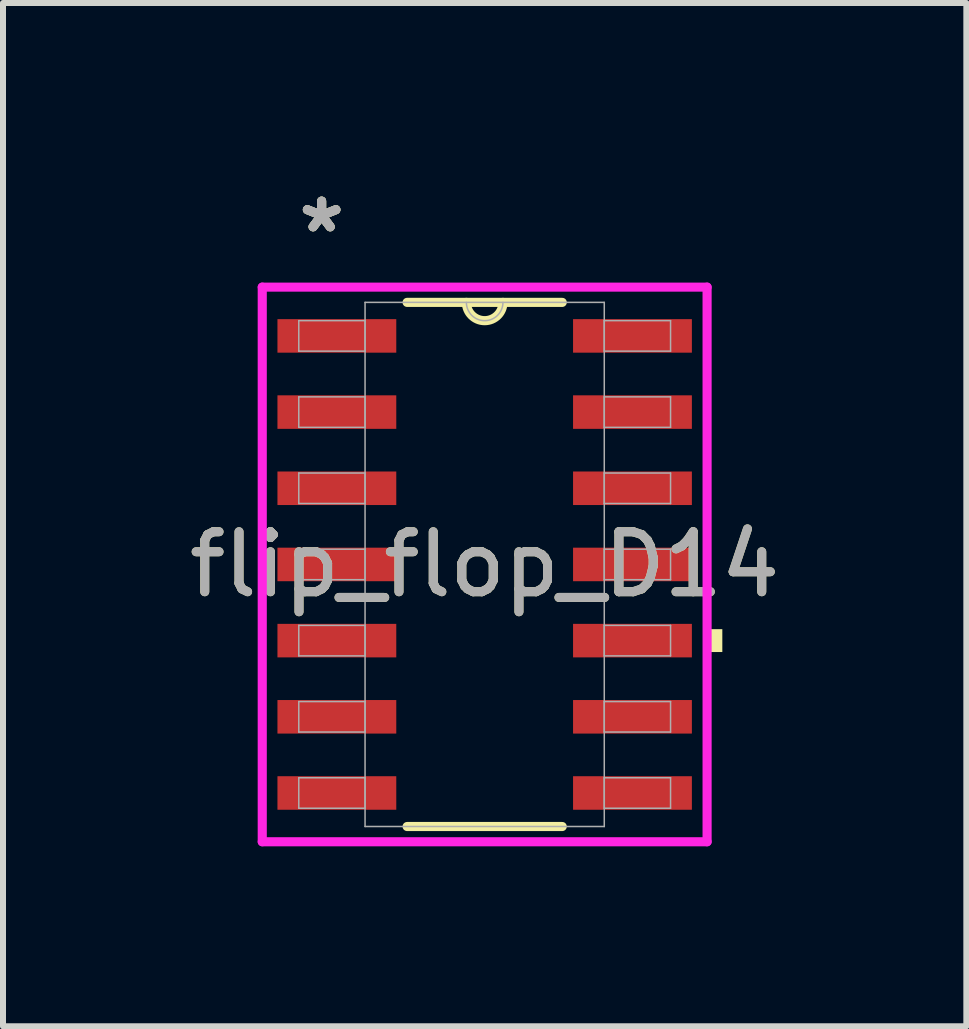
<source format=kicad_pcb>
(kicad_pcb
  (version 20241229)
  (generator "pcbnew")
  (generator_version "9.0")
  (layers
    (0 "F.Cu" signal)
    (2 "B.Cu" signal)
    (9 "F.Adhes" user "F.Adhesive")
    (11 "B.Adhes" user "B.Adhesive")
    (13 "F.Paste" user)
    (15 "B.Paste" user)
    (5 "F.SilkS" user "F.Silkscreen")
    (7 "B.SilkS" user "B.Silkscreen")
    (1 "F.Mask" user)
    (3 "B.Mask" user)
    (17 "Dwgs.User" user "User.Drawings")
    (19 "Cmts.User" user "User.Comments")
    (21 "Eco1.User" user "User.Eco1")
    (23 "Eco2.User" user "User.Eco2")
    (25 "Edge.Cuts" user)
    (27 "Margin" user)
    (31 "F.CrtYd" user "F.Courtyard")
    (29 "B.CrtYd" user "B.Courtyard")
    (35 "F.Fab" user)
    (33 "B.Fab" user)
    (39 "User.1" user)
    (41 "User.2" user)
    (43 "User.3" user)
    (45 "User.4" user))
  (footprint "flip_flop_D14"
    (layer "F.Cu")
    (at 5.03 6.36)
    (property "Reference" "flip_flop_D14" (at 0 0 0) (unlocked yes) (layer "F.SilkS") (effects (font (size 1 1) (thickness 0.15))))
    (attr smd)
    (fp_line (start -1.293 4.369) (end 1.293 4.369) (stroke (width 0.152) (type solid)) (layer "F.SilkS"))
    (fp_line (start 1.293 -4.369) (end -1.293 -4.369) (stroke (width 0.152) (type solid)) (layer "F.SilkS"))
    (fp_arc (start 0.3048 -4.3688) (mid 0 -4.064) (end -0.3048 -4.3688) (stroke (width 0.1524) (type solid)) (layer "F.SilkS"))
    (fp_poly (pts (xy 3.962 1.079) (xy 3.962 1.46) (xy 3.708 1.46) (xy 3.708 1.079)) (stroke (width 0) (type solid)) (fill yes) (layer "F.SilkS"))
    (fp_line (start -3.708 -4.623) (end 3.708 -4.623) (stroke (width 0.152) (type solid)) (layer "F.CrtYd"))
    (fp_line (start -3.708 4.623) (end -3.708 -4.623) (stroke (width 0.152) (type solid)) (layer "F.CrtYd"))
    (fp_line (start 3.708 -4.623) (end 3.708 4.623) (stroke (width 0.152) (type solid)) (layer "F.CrtYd"))
    (fp_line (start 3.708 4.623) (end -3.708 4.623) (stroke (width 0.152) (type solid)) (layer "F.CrtYd"))
    (fp_line (start -3.099 -4.064) (end -3.099 -3.556) (stroke (width 0.025) (type solid)) (layer "F.Fab"))
    (fp_line (start -3.099 -3.556) (end -1.994 -3.556) (stroke (width 0.025) (type solid)) (layer "F.Fab"))
    (fp_line (start -3.099 -2.794) (end -3.099 -2.286) (stroke (width 0.025) (type solid)) (layer "F.Fab"))
    (fp_line (start -3.099 -2.286) (end -1.994 -2.286) (stroke (width 0.025) (type solid)) (layer "F.Fab"))
    (fp_line (start -3.099 -1.524) (end -3.099 -1.016) (stroke (width 0.025) (type solid)) (layer "F.Fab"))
    (fp_line (start -3.099 -1.016) (end -1.994 -1.016) (stroke (width 0.025) (type solid)) (layer "F.Fab"))
    (fp_line (start -3.099 -0.254) (end -3.099 0.254) (stroke (width 0.025) (type solid)) (layer "F.Fab"))
    (fp_line (start -3.099 0.254) (end -1.994 0.254) (stroke (width 0.025) (type solid)) (layer "F.Fab"))
    (fp_line (start -3.099 1.016) (end -3.099 1.524) (stroke (width 0.025) (type solid)) (layer "F.Fab"))
    (fp_line (start -3.099 1.524) (end -1.994 1.524) (stroke (width 0.025) (type solid)) (layer "F.Fab"))
    (fp_line (start -3.099 2.286) (end -3.099 2.794) (stroke (width 0.025) (type solid)) (layer "F.Fab"))
    (fp_line (start -3.099 2.794) (end -1.994 2.794) (stroke (width 0.025) (type solid)) (layer "F.Fab"))
    (fp_line (start -3.099 3.556) (end -3.099 4.064) (stroke (width 0.025) (type solid)) (layer "F.Fab"))
    (fp_line (start -3.099 4.064) (end -1.994 4.064) (stroke (width 0.025) (type solid)) (layer "F.Fab"))
    (fp_line (start -1.994 -4.369) (end -1.994 4.369) (stroke (width 0.025) (type solid)) (layer "F.Fab"))
    (fp_line (start -1.994 -4.064) (end -3.099 -4.064) (stroke (width 0.025) (type solid)) (layer "F.Fab"))
    (fp_line (start -1.994 -3.556) (end -1.994 -4.064) (stroke (width 0.025) (type solid)) (layer "F.Fab"))
    (fp_line (start -1.994 -2.794) (end -3.099 -2.794) (stroke (width 0.025) (type solid)) (layer "F.Fab"))
    (fp_line (start -1.994 -2.286) (end -1.994 -2.794) (stroke (width 0.025) (type solid)) (layer "F.Fab"))
    (fp_line (start -1.994 -1.524) (end -3.099 -1.524) (stroke (width 0.025) (type solid)) (layer "F.Fab"))
    (fp_line (start -1.994 -1.016) (end -1.994 -1.524) (stroke (width 0.025) (type solid)) (layer "F.Fab"))
    (fp_line (start -1.994 -0.254) (end -3.099 -0.254) (stroke (width 0.025) (type solid)) (layer "F.Fab"))
    (fp_line (start -1.994 0.254) (end -1.994 -0.254) (stroke (width 0.025) (type solid)) (layer "F.Fab"))
    (fp_line (start -1.994 1.016) (end -3.099 1.016) (stroke (width 0.025) (type solid)) (layer "F.Fab"))
    (fp_line (start -1.994 1.524) (end -1.994 1.016) (stroke (width 0.025) (type solid)) (layer "F.Fab"))
    (fp_line (start -1.994 2.286) (end -3.099 2.286) (stroke (width 0.025) (type solid)) (layer "F.Fab"))
    (fp_line (start -1.994 2.794) (end -1.994 2.286) (stroke (width 0.025) (type solid)) (layer "F.Fab"))
    (fp_line (start -1.994 3.556) (end -3.099 3.556) (stroke (width 0.025) (type solid)) (layer "F.Fab"))
    (fp_line (start -1.994 4.064) (end -1.994 3.556) (stroke (width 0.025) (type solid)) (layer "F.Fab"))
    (fp_line (start -1.994 4.369) (end 1.994 4.369) (stroke (width 0.025) (type solid)) (layer "F.Fab"))
    (fp_line (start 1.994 -4.369) (end -1.994 -4.369) (stroke (width 0.025) (type solid)) (layer "F.Fab"))
    (fp_line (start 1.994 -4.064) (end 1.994 -3.556) (stroke (width 0.025) (type solid)) (layer "F.Fab"))
    (fp_line (start 1.994 -3.556) (end 3.099 -3.556) (stroke (width 0.025) (type solid)) (layer "F.Fab"))
    (fp_line (start 1.994 -2.794) (end 1.994 -2.286) (stroke (width 0.025) (type solid)) (layer "F.Fab"))
    (fp_line (start 1.994 -2.286) (end 3.099 -2.286) (stroke (width 0.025) (type solid)) (layer "F.Fab"))
    (fp_line (start 1.994 -1.524) (end 1.994 -1.016) (stroke (width 0.025) (type solid)) (layer "F.Fab"))
    (fp_line (start 1.994 -1.016) (end 3.099 -1.016) (stroke (width 0.025) (type solid)) (layer "F.Fab"))
    (fp_line (start 1.994 -0.254) (end 1.994 0.254) (stroke (width 0.025) (type solid)) (layer "F.Fab"))
    (fp_line (start 1.994 0.254) (end 3.099 0.254) (stroke (width 0.025) (type solid)) (layer "F.Fab"))
    (fp_line (start 1.994 1.016) (end 1.994 1.524) (stroke (width 0.025) (type solid)) (layer "F.Fab"))
    (fp_line (start 1.994 1.524) (end 3.099 1.524) (stroke (width 0.025) (type solid)) (layer "F.Fab"))
    (fp_line (start 1.994 2.286) (end 1.994 2.794) (stroke (width 0.025) (type solid)) (layer "F.Fab"))
    (fp_line (start 1.994 2.794) (end 3.099 2.794) (stroke (width 0.025) (type solid)) (layer "F.Fab"))
    (fp_line (start 1.994 3.556) (end 1.994 4.064) (stroke (width 0.025) (type solid)) (layer "F.Fab"))
    (fp_line (start 1.994 4.064) (end 3.099 4.064) (stroke (width 0.025) (type solid)) (layer "F.Fab"))
    (fp_line (start 1.994 4.369) (end 1.994 -4.369) (stroke (width 0.025) (type solid)) (layer "F.Fab"))
    (fp_line (start 3.099 -4.064) (end 1.994 -4.064) (stroke (width 0.025) (type solid)) (layer "F.Fab"))
    (fp_line (start 3.099 -3.556) (end 3.099 -4.064) (stroke (width 0.025) (type solid)) (layer "F.Fab"))
    (fp_line (start 3.099 -2.794) (end 1.994 -2.794) (stroke (width 0.025) (type solid)) (layer "F.Fab"))
    (fp_line (start 3.099 -2.286) (end 3.099 -2.794) (stroke (width 0.025) (type solid)) (layer "F.Fab"))
    (fp_line (start 3.099 -1.524) (end 1.994 -1.524) (stroke (width 0.025) (type solid)) (layer "F.Fab"))
    (fp_line (start 3.099 -1.016) (end 3.099 -1.524) (stroke (width 0.025) (type solid)) (layer "F.Fab"))
    (fp_line (start 3.099 -0.254) (end 1.994 -0.254) (stroke (width 0.025) (type solid)) (layer "F.Fab"))
    (fp_line (start 3.099 0.254) (end 3.099 -0.254) (stroke (width 0.025) (type solid)) (layer "F.Fab"))
    (fp_line (start 3.099 1.016) (end 1.994 1.016) (stroke (width 0.025) (type solid)) (layer "F.Fab"))
    (fp_line (start 3.099 1.524) (end 3.099 1.016) (stroke (width 0.025) (type solid)) (layer "F.Fab"))
    (fp_line (start 3.099 2.286) (end 1.994 2.286) (stroke (width 0.025) (type solid)) (layer "F.Fab"))
    (fp_line (start 3.099 2.794) (end 3.099 2.286) (stroke (width 0.025) (type solid)) (layer "F.Fab"))
    (fp_line (start 3.099 3.556) (end 1.994 3.556) (stroke (width 0.025) (type solid)) (layer "F.Fab"))
    (fp_line (start 3.099 4.064) (end 3.099 3.556) (stroke (width 0.025) (type solid)) (layer "F.Fab"))
    (fp_arc (start 0.3048 -4.3688) (mid 0 -4.064) (end -0.3048 -4.3688) (stroke (width 0.0254) (type solid)) (layer "F.Fab"))
    (fp_text user "*" (at -2.718 -5.512 0) (layer "F.SilkS") (effects (font (size 1 1) (thickness 0.15))))
    (fp_text user "*" (at -2.718 -5.512 0) (unlocked yes) (layer "F.SilkS") (effects (font (size 1 1) (thickness 0.15))))
    (fp_text user "*" (at -2.718 -5.512 0) (layer "F.Fab") (effects (font (size 1 1) (thickness 0.15))))
    (fp_text user "*" (at -2.718 -5.512 0) (unlocked yes) (layer "F.Fab") (effects (font (size 1 1) (thickness 0.15))))
    (fp_text user "${REFERENCE}" (at 0 0 0) (unlocked yes) (layer "F.Fab") (effects (font (size 1 1) (thickness 0.15))))
    (pad "1" smd rect (at -2.464 -3.81) (size 1.981 0.559) (layers "F.Cu" "F.Mask" "F.Paste"))
    (pad "2" smd rect (at -2.464 -2.54) (size 1.981 0.559) (layers "F.Cu" "F.Mask" "F.Paste"))
    (pad "3" smd rect (at -2.464 -1.27) (size 1.981 0.559) (layers "F.Cu" "F.Mask" "F.Paste"))
    (pad "4" smd rect (at -2.464 0) (size 1.981 0.559) (layers "F.Cu" "F.Mask" "F.Paste"))
    (pad "5" smd rect (at -2.464 1.27) (size 1.981 0.559) (layers "F.Cu" "F.Mask" "F.Paste"))
    (pad "6" smd rect (at -2.464 2.54) (size 1.981 0.559) (layers "F.Cu" "F.Mask" "F.Paste"))
    (pad "7" smd rect (at -2.464 3.81) (size 1.981 0.559) (layers "F.Cu" "F.Mask" "F.Paste"))
    (pad "8" smd rect (at 2.464 3.81) (size 1.981 0.559) (layers "F.Cu" "F.Mask" "F.Paste"))
    (pad "9" smd rect (at 2.464 2.54) (size 1.981 0.559) (layers "F.Cu" "F.Mask" "F.Paste"))
    (pad "10" smd rect (at 2.464 1.27) (size 1.981 0.559) (layers "F.Cu" "F.Mask" "F.Paste"))
    (pad "11" smd rect (at 2.464 0) (size 1.981 0.559) (layers "F.Cu" "F.Mask" "F.Paste"))
    (pad "12" smd rect (at 2.464 -1.27) (size 1.981 0.559) (layers "F.Cu" "F.Mask" "F.Paste"))
    (pad "13" smd rect (at 2.464 -2.54) (size 1.981 0.559) (layers "F.Cu" "F.Mask" "F.Paste"))
    (pad "14" smd rect (at 2.464 -3.81) (size 1.981 0.559) (layers "F.Cu" "F.Mask" "F.Paste")))
  (gr_rect
    (start -3 -3)
    (end 13.06 14.059)
    (stroke (width 0.1) (type default))
    (fill no)
    (layer "Edge.Cuts")))
</source>
